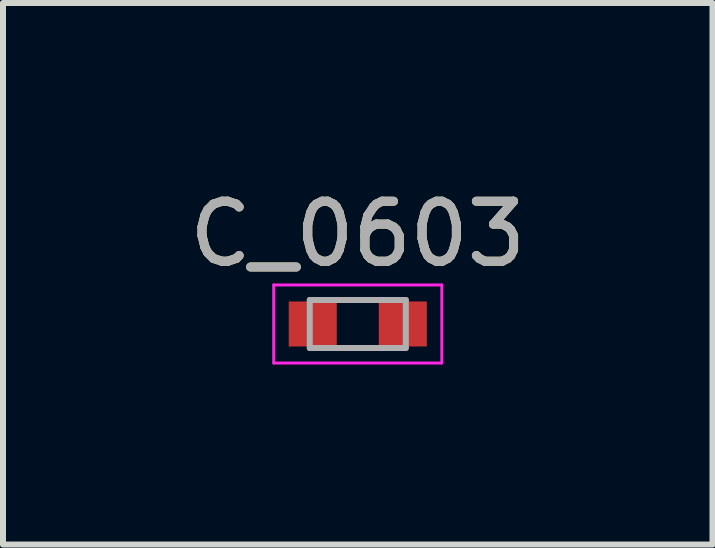
<source format=kicad_pcb>
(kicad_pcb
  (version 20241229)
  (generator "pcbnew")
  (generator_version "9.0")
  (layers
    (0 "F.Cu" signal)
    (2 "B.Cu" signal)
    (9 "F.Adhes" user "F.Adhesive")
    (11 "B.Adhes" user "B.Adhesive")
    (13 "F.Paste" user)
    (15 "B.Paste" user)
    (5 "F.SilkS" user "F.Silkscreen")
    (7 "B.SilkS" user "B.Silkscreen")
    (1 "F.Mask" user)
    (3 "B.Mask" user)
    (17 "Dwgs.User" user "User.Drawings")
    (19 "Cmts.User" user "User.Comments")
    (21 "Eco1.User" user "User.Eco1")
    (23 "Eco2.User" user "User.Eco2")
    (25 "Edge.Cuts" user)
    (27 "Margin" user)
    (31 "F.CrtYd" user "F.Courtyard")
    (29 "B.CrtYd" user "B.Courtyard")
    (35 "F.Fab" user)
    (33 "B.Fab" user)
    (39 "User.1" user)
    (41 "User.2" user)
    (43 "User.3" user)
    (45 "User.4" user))
  (footprint "C_0603"
    (layer "F.Cu")
    (at 2.911 2.348)
    (property "Reference" "C_0603" (at 0 -1.5 0) (layer "F.SilkS") (effects (font (size 1 1) (thickness 0.15))))
    (attr smd)
    (fp_line (start -1.4 -0.65) (end -1.4 0.65) (stroke (width 0.05) (type solid)) (layer "F.CrtYd"))
    (fp_line (start -1.4 -0.65) (end 1.4 -0.65) (stroke (width 0.05) (type solid)) (layer "F.CrtYd"))
    (fp_line (start 1.4 0.65) (end -1.4 0.65) (stroke (width 0.05) (type solid)) (layer "F.CrtYd"))
    (fp_line (start 1.4 0.65) (end 1.4 -0.65) (stroke (width 0.05) (type solid)) (layer "F.CrtYd"))
    (fp_line (start -0.8 -0.4) (end 0.8 -0.4) (stroke (width 0.1) (type solid)) (layer "F.Fab"))
    (fp_line (start -0.8 0.4) (end -0.8 -0.4) (stroke (width 0.1) (type solid)) (layer "F.Fab"))
    (fp_line (start 0.8 -0.4) (end 0.8 0.4) (stroke (width 0.1) (type solid)) (layer "F.Fab"))
    (fp_line (start 0.8 0.4) (end -0.8 0.4) (stroke (width 0.1) (type solid)) (layer "F.Fab"))
    (fp_text user "${REFERENCE}" (at 0 -1.5 0) (layer "F.Fab") (effects (font (size 1 1) (thickness 0.15))))
    (pad "1" smd rect (at -0.75 0) (size 0.8 0.75) (layers "F.Cu" "F.Mask" "F.Paste"))
    (pad "2" smd rect (at 0.75 0) (size 0.8 0.75) (layers "F.Cu" "F.Mask" "F.Paste")))
  (gr_rect
    (start -3 -3)
    (end 8.821 6.023)
    (stroke (width 0.1) (type default))
    (fill no)
    (layer "Edge.Cuts")))
</source>
